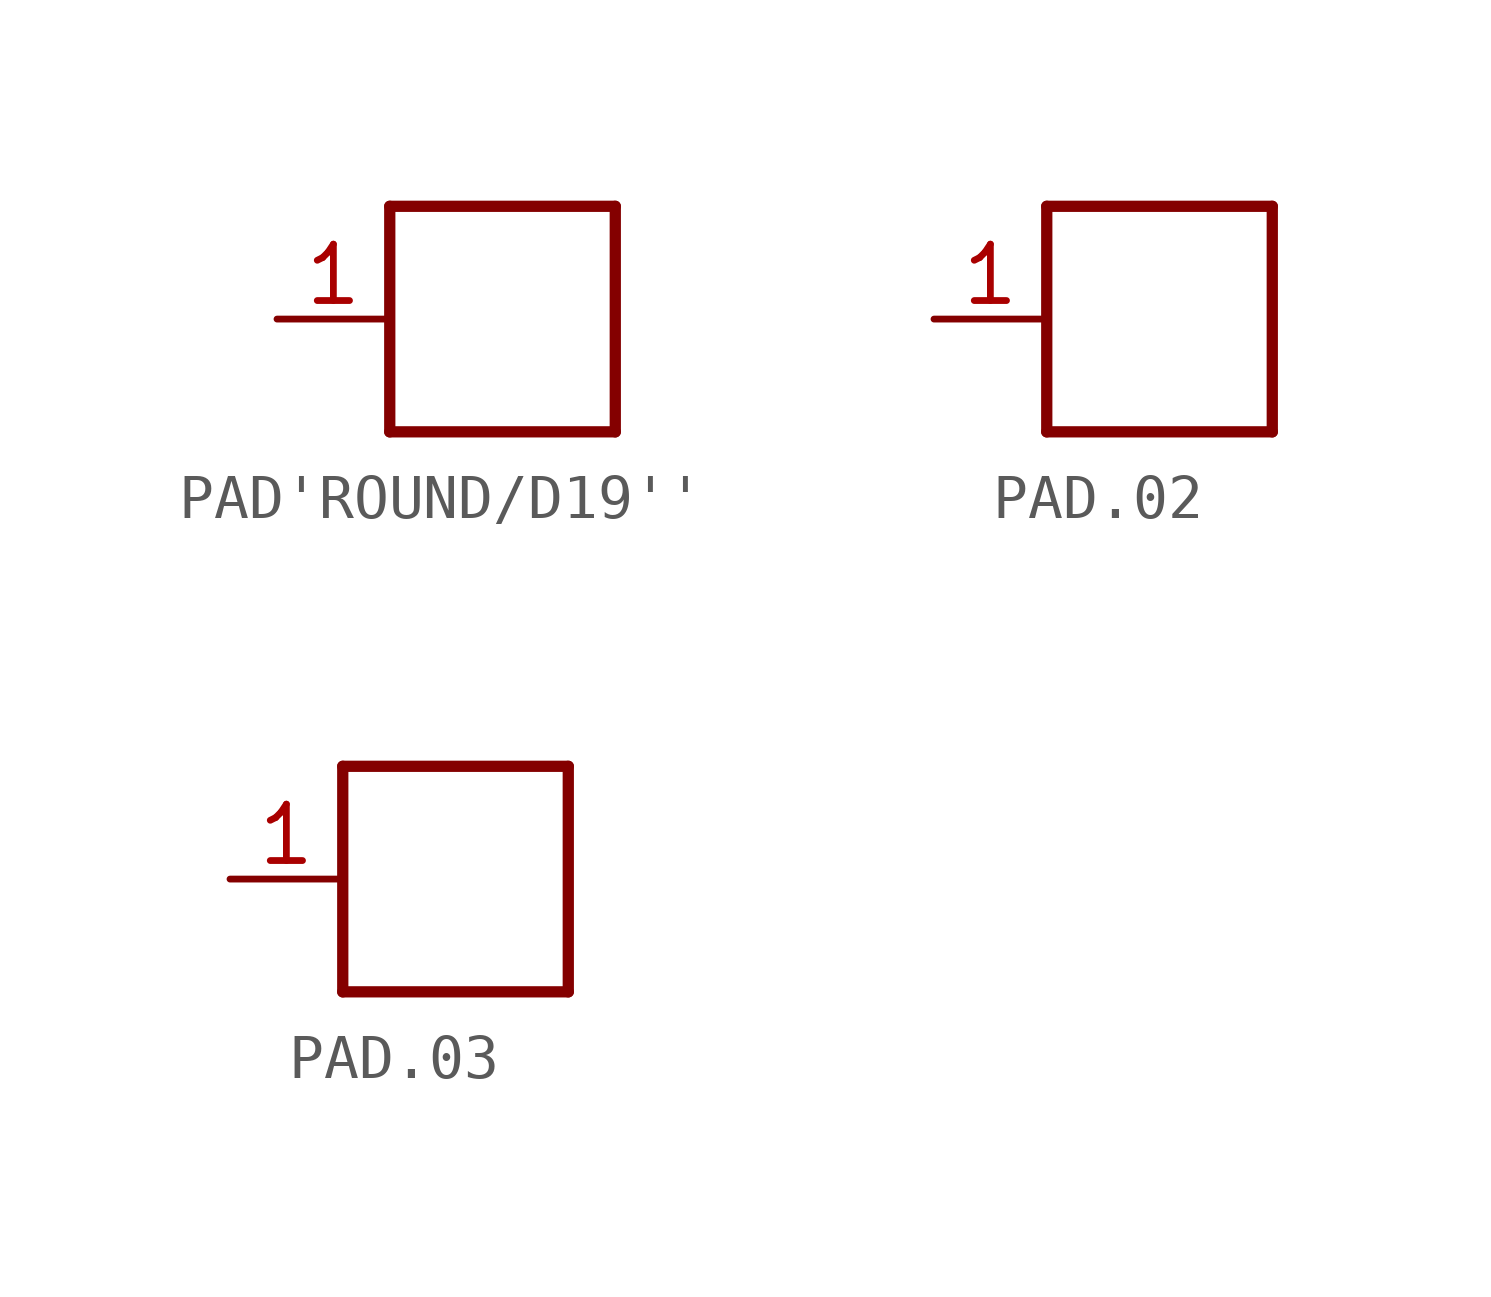
<source format=kicad_sym>
(kicad_symbol_lib
  (version 20231120)
  (generator "kicad_symbol_editor")
  (generator_version "8.0")
  (symbol "PAD'ROUND/D19''"
    (property "Reference" "P"
      (at -1.27 2.54 0)
      (effects (font (size 0.813 0.691)) (justify left bottom) (hide yes)))
    (property "ki_locked" ""
      (at 0 0 0)
      (effects (font (size 1.27 1.27))))
    (symbol "PAD'ROUND/D19''_1_0"
      (polyline (pts (xy -2.54 -2.54) (xy -2.54 2.54)) (stroke (width 0.254) (type solid)) (fill (type none)))
      (polyline (pts (xy -2.54 2.54) (xy 2.54 2.54)) (stroke (width 0.254) (type solid)) (fill (type none)))
      (polyline (pts (xy 2.54 -2.54) (xy -2.54 -2.54)) (stroke (width 0.254) (type solid)) (fill (type none)))
      (polyline (pts (xy 2.54 2.54) (xy 2.54 -2.54)) (stroke (width 0.254) (type solid)) (fill (type none)))
      (pin bidirectional line (at -5.08 0 0) (length 2.54) (name "P$1" (effects (font (size 0 0)))) (number "1" (effects (font (size 1.27 1.27)))))))
  (symbol "PAD.02"
    (property "Reference" "P"
      (at -1.27 2.54 0)
      (effects (font (size 0.813 0.691)) (justify left bottom) (hide yes)))
    (property "ki_locked" ""
      (at 0 0 0)
      (effects (font (size 1.27 1.27))))
    (symbol "PAD.02_1_0"
      (polyline (pts (xy -2.54 -2.54) (xy -2.54 2.54)) (stroke (width 0.254) (type solid)) (fill (type none)))
      (polyline (pts (xy -2.54 2.54) (xy 2.54 2.54)) (stroke (width 0.254) (type solid)) (fill (type none)))
      (polyline (pts (xy 2.54 -2.54) (xy -2.54 -2.54)) (stroke (width 0.254) (type solid)) (fill (type none)))
      (polyline (pts (xy 2.54 2.54) (xy 2.54 -2.54)) (stroke (width 0.254) (type solid)) (fill (type none)))
      (pin bidirectional line (at -5.08 0 0) (length 2.54) (name "P$1" (effects (font (size 0 0)))) (number "1" (effects (font (size 1.27 1.27)))))))
  (symbol "PAD.03"
    (property "Reference" "P"
      (at -1.27 2.54 0)
      (effects (font (size 0.813 0.691)) (justify left bottom) (hide yes)))
    (property "ki_locked" ""
      (at 0 0 0)
      (effects (font (size 1.27 1.27))))
    (symbol "PAD.03_1_0"
      (polyline (pts (xy -2.54 -2.54) (xy -2.54 2.54)) (stroke (width 0.254) (type solid)) (fill (type none)))
      (polyline (pts (xy -2.54 2.54) (xy 2.54 2.54)) (stroke (width 0.254) (type solid)) (fill (type none)))
      (polyline (pts (xy 2.54 -2.54) (xy -2.54 -2.54)) (stroke (width 0.254) (type solid)) (fill (type none)))
      (polyline (pts (xy 2.54 2.54) (xy 2.54 -2.54)) (stroke (width 0.254) (type solid)) (fill (type none)))
      (pin bidirectional line (at -5.08 0 0) (length 2.54) (name "P$1" (effects (font (size 0 0)))) (number "1" (effects (font (size 1.27 1.27))))))))
</source>
